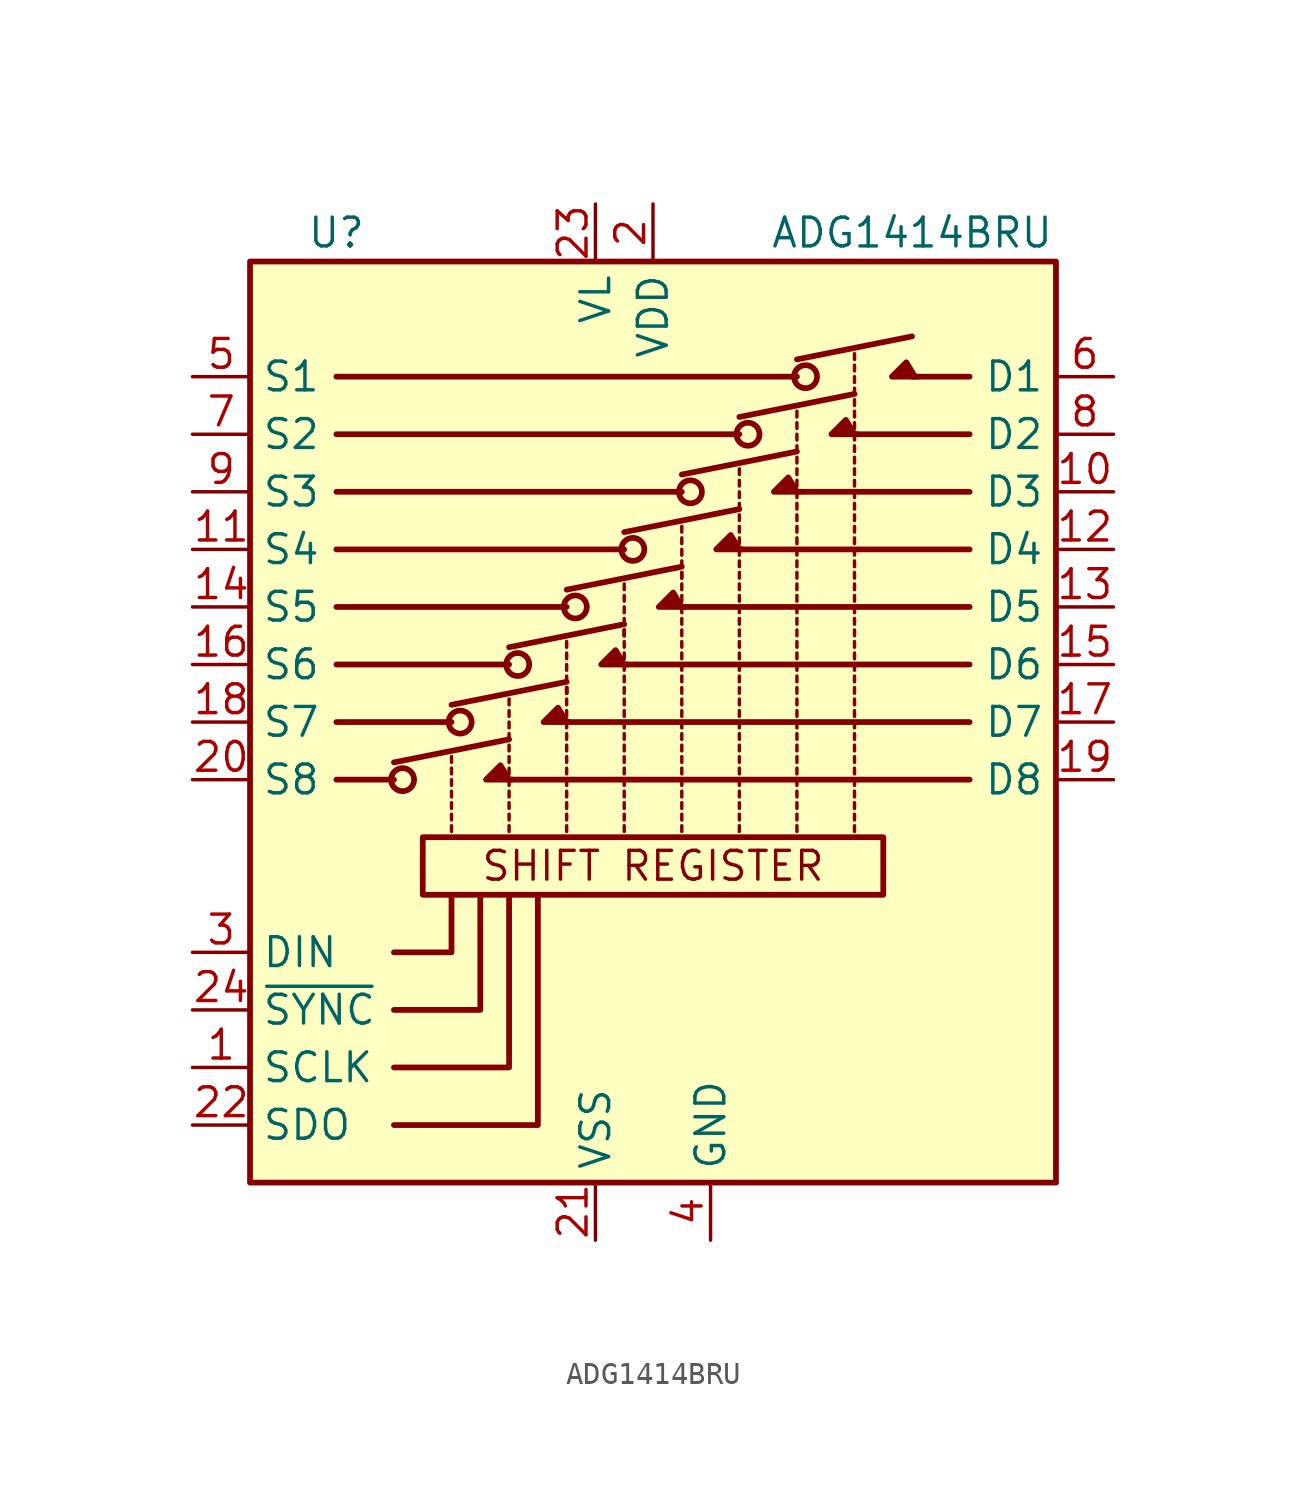
<source format=kicad_sym>
(kicad_symbol_lib
  (version 20201005)
  (generator kicad_symbol_editor)
  (symbol "Analog_Switch:ADG1414BRU"
    (property "Reference" "U"
      (at -13.97 21.59 0)
      (effects (font (size 1.27 1.27))))
    (property "Value" "ADG1414BRU"
      (at 11.43 21.59 0)
      (effects (font (size 1.27 1.27))))
    (symbol "ADG1414BRU_1_0"
      (text "SHIFT REGISTER" (at 0 -6.35 0) (effects (font (size 1.27 1.27))))
      (polyline (pts (xy -11.43 -17.78) (xy -5.08 -17.78) (xy -5.08 -7.62)) (stroke (width 0.254)) (fill (type none)))
      (polyline (pts (xy -11.43 -15.24) (xy -6.35 -15.24) (xy -6.35 -7.62)) (stroke (width 0.254)) (fill (type none)))
      (polyline (pts (xy -11.43 -10.16) (xy -8.89 -10.16) (xy -8.89 -7.62)) (stroke (width 0.254)) (fill (type none)))
      (polyline (pts (xy -11.43 -12.7) (xy -7.62 -12.7) (xy -7.62 -10.16) (xy -7.62 -7.62)) (stroke (width 0.254)) (fill (type none)))
      (polyline (pts (xy -6.223 -2.54) (xy -7.366 -2.54) (xy -6.731 -1.905) (xy -6.35 -2.54)) (stroke (width 0.254)) (fill (type outline)))
      (polyline (pts (xy -3.683 0) (xy -4.826 0) (xy -4.191 0.635) (xy -3.81 0)) (stroke (width 0.254)) (fill (type outline)))
      (polyline (pts (xy -1.143 2.54) (xy -2.286 2.54) (xy -1.651 3.175) (xy -1.27 2.54)) (stroke (width 0.254)) (fill (type outline)))
      (polyline (pts (xy 1.397 5.08) (xy 0.254 5.08) (xy 0.889 5.715) (xy 1.27 5.08)) (stroke (width 0.254)) (fill (type outline)))
      (polyline (pts (xy 3.937 7.62) (xy 2.794 7.62) (xy 3.429 8.255) (xy 3.81 7.62)) (stroke (width 0.254)) (fill (type outline)))
      (polyline (pts (xy 6.477 10.16) (xy 5.334 10.16) (xy 5.969 10.795) (xy 6.35 10.16)) (stroke (width 0.254)) (fill (type outline)))
      (polyline (pts (xy 9.017 12.7) (xy 7.874 12.7) (xy 8.509 13.335) (xy 8.89 12.7)) (stroke (width 0.254)) (fill (type outline)))
      (polyline (pts (xy 11.684 15.24) (xy 10.541 15.24) (xy 11.176 15.875) (xy 11.557 15.24)) (stroke (width 0.254)) (fill (type outline))))
    (symbol "ADG1414BRU_1_1"
      (circle (center -11.049 -2.54) (radius 0.508) (stroke (width 0.254)) (fill (type none)))
      (circle (center -8.509 0) (radius 0.508) (stroke (width 0.254)) (fill (type none)))
      (circle (center -5.969 2.54) (radius 0.508) (stroke (width 0.254)) (fill (type none)))
      (circle (center -3.429 5.08) (radius 0.508) (stroke (width 0.254)) (fill (type none)))
      (circle (center -0.889 7.62) (radius 0.508) (stroke (width 0.254)) (fill (type none)))
      (circle (center 1.651 10.16) (radius 0.508) (stroke (width 0.254)) (fill (type none)))
      (circle (center 4.191 12.7) (radius 0.508) (stroke (width 0.254)) (fill (type none)))
      (circle (center 6.731 15.24) (radius 0.508) (stroke (width 0.254)) (fill (type none)))
      (rectangle (start -10.16 -5.08) (end 10.16 -7.62) (stroke (width 0.254)) (fill (type none)))
      (rectangle (start -17.78 -20.32) (end 17.78 20.32) (stroke (width 0.254)) (fill (type background)))
      (polyline (pts (xy -11.43 -2.54) (xy -13.97 -2.54)) (stroke (width 0.254)) (fill (type none)))
      (polyline (pts (xy -11.43 -1.778) (xy -6.35 -0.762)) (stroke (width 0.254)) (fill (type none)))
      (polyline (pts (xy -8.89 -4.826) (xy -8.89 -4.572)) (stroke (width 0)) (fill (type none)))
      (polyline (pts (xy -8.89 -4.318) (xy -8.89 -4.064)) (stroke (width 0)) (fill (type none)))
      (polyline (pts (xy -8.89 -3.81) (xy -8.89 -3.556)) (stroke (width 0)) (fill (type none)))
      (polyline (pts (xy -8.89 -3.302) (xy -8.89 -3.048)) (stroke (width 0)) (fill (type none)))
      (polyline (pts (xy -8.89 -2.794) (xy -8.89 -2.54)) (stroke (width 0)) (fill (type none)))
      (polyline (pts (xy -8.89 -2.286) (xy -8.89 -2.032)) (stroke (width 0)) (fill (type none)))
      (polyline (pts (xy -8.89 -1.778) (xy -8.89 -1.524)) (stroke (width 0)) (fill (type none)))
      (polyline (pts (xy -8.89 0) (xy -13.97 0)) (stroke (width 0.254)) (fill (type none)))
      (polyline (pts (xy -8.89 0.762) (xy -3.81 1.778)) (stroke (width 0.254)) (fill (type none)))
      (polyline (pts (xy -6.35 -4.826) (xy -6.35 -4.572)) (stroke (width 0)) (fill (type none)))
      (polyline (pts (xy -6.35 -4.318) (xy -6.35 -4.064)) (stroke (width 0)) (fill (type none)))
      (polyline (pts (xy -6.35 -3.81) (xy -6.35 -3.556)) (stroke (width 0)) (fill (type none)))
      (polyline (pts (xy -6.35 -3.302) (xy -6.35 -3.048)) (stroke (width 0)) (fill (type none)))
      (polyline (pts (xy -6.35 -2.794) (xy -6.35 -2.54)) (stroke (width 0)) (fill (type none)))
      (polyline (pts (xy -6.35 -2.54) (xy 13.97 -2.54)) (stroke (width 0.254)) (fill (type none)))
      (polyline (pts (xy -6.35 -2.286) (xy -6.35 -2.032)) (stroke (width 0)) (fill (type none)))
      (polyline (pts (xy -6.35 -1.778) (xy -6.35 -1.524)) (stroke (width 0)) (fill (type none)))
      (polyline (pts (xy -6.35 -1.27) (xy -6.35 -1.016)) (stroke (width 0)) (fill (type none)))
      (polyline (pts (xy -6.35 -0.762) (xy -6.35 -0.508)) (stroke (width 0)) (fill (type none)))
      (polyline (pts (xy -6.35 -0.254) (xy -6.35 0)) (stroke (width 0)) (fill (type none)))
      (polyline (pts (xy -6.35 0.254) (xy -6.35 0.508)) (stroke (width 0)) (fill (type none)))
      (polyline (pts (xy -6.35 0.762) (xy -6.35 1.016)) (stroke (width 0)) (fill (type none)))
      (polyline (pts (xy -6.35 2.54) (xy -13.97 2.54)) (stroke (width 0.254)) (fill (type none)))
      (polyline (pts (xy -6.35 3.302) (xy -1.27 4.318)) (stroke (width 0.254)) (fill (type none)))
      (polyline (pts (xy -3.81 -4.826) (xy -3.81 -4.572)) (stroke (width 0)) (fill (type none)))
      (polyline (pts (xy -3.81 -4.318) (xy -3.81 -4.064)) (stroke (width 0)) (fill (type none)))
      (polyline (pts (xy -3.81 -3.81) (xy -3.81 -3.556)) (stroke (width 0)) (fill (type none)))
      (polyline (pts (xy -3.81 -3.302) (xy -3.81 -3.048)) (stroke (width 0)) (fill (type none)))
      (polyline (pts (xy -3.81 -2.794) (xy -3.81 -2.54)) (stroke (width 0)) (fill (type none)))
      (polyline (pts (xy -3.81 -2.286) (xy -3.81 -2.032)) (stroke (width 0)) (fill (type none)))
      (polyline (pts (xy -3.81 -1.778) (xy -3.81 -1.524)) (stroke (width 0)) (fill (type none)))
      (polyline (pts (xy -3.81 -1.27) (xy -3.81 -1.016)) (stroke (width 0)) (fill (type none)))
      (polyline (pts (xy -3.81 -0.762) (xy -3.81 -0.508)) (stroke (width 0)) (fill (type none)))
      (polyline (pts (xy -3.81 -0.254) (xy -3.81 0)) (stroke (width 0)) (fill (type none)))
      (polyline (pts (xy -3.81 0) (xy 13.97 0)) (stroke (width 0.254)) (fill (type none)))
      (polyline (pts (xy -3.81 0.254) (xy -3.81 0.508)) (stroke (width 0)) (fill (type none)))
      (polyline (pts (xy -3.81 0.762) (xy -3.81 1.016)) (stroke (width 0)) (fill (type none)))
      (polyline (pts (xy -3.81 1.27) (xy -3.81 1.524)) (stroke (width 0)) (fill (type none)))
      (polyline (pts (xy -3.81 1.27) (xy -3.81 1.524)) (stroke (width 0)) (fill (type none)))
      (polyline (pts (xy -3.81 1.27) (xy -3.81 1.524)) (stroke (width 0)) (fill (type none)))
      (polyline (pts (xy -3.81 1.27) (xy -3.81 1.524)) (stroke (width 0)) (fill (type none)))
      (polyline (pts (xy -3.81 1.778) (xy -3.81 2.032)) (stroke (width 0)) (fill (type none)))
      (polyline (pts (xy -3.81 2.286) (xy -3.81 2.54)) (stroke (width 0)) (fill (type none)))
      (polyline (pts (xy -3.81 2.794) (xy -3.81 3.048)) (stroke (width 0)) (fill (type none)))
      (polyline (pts (xy -3.81 3.302) (xy -3.81 3.556)) (stroke (width 0)) (fill (type none)))
      (polyline (pts (xy -3.81 5.08) (xy -13.97 5.08)) (stroke (width 0.254)) (fill (type none)))
      (polyline (pts (xy -3.81 5.842) (xy 1.27 6.858)) (stroke (width 0.254)) (fill (type none)))
      (polyline (pts (xy -1.27 -4.826) (xy -1.27 -4.572)) (stroke (width 0)) (fill (type none)))
      (polyline (pts (xy -1.27 -4.318) (xy -1.27 -4.064)) (stroke (width 0)) (fill (type none)))
      (polyline (pts (xy -1.27 -3.81) (xy -1.27 -3.556)) (stroke (width 0)) (fill (type none)))
      (polyline (pts (xy -1.27 -3.302) (xy -1.27 -3.048)) (stroke (width 0)) (fill (type none)))
      (polyline (pts (xy -1.27 -2.794) (xy -1.27 -2.54)) (stroke (width 0)) (fill (type none)))
      (polyline (pts (xy -1.27 -2.286) (xy -1.27 -2.032)) (stroke (width 0)) (fill (type none)))
      (polyline (pts (xy -1.27 -1.778) (xy -1.27 -1.524)) (stroke (width 0)) (fill (type none)))
      (polyline (pts (xy -1.27 -1.27) (xy -1.27 -1.016)) (stroke (width 0)) (fill (type none)))
      (polyline (pts (xy -1.27 -0.762) (xy -1.27 -0.508)) (stroke (width 0)) (fill (type none)))
      (polyline (pts (xy -1.27 -0.254) (xy -1.27 0)) (stroke (width 0)) (fill (type none)))
      (polyline (pts (xy -1.27 0.254) (xy -1.27 0.508)) (stroke (width 0)) (fill (type none)))
      (polyline (pts (xy -1.27 0.762) (xy -1.27 1.016)) (stroke (width 0)) (fill (type none)))
      (polyline (pts (xy -1.27 1.27) (xy -1.27 1.524)) (stroke (width 0)) (fill (type none)))
      (polyline (pts (xy -1.27 1.778) (xy -1.27 2.032)) (stroke (width 0)) (fill (type none)))
      (polyline (pts (xy -1.27 2.286) (xy -1.27 2.54)) (stroke (width 0)) (fill (type none)))
      (polyline (pts (xy -1.27 2.54) (xy 13.97 2.54)) (stroke (width 0.254)) (fill (type none)))
      (polyline (pts (xy -1.27 2.794) (xy -1.27 3.048)) (stroke (width 0)) (fill (type none)))
      (polyline (pts (xy -1.27 3.302) (xy -1.27 3.556)) (stroke (width 0)) (fill (type none)))
      (polyline (pts (xy -1.27 3.81) (xy -1.27 4.064)) (stroke (width 0)) (fill (type none)))
      (polyline (pts (xy -1.27 3.81) (xy -1.27 4.064)) (stroke (width 0)) (fill (type none)))
      (polyline (pts (xy -1.27 3.81) (xy -1.27 4.064)) (stroke (width 0)) (fill (type none)))
      (polyline (pts (xy -1.27 4.318) (xy -1.27 4.572)) (stroke (width 0)) (fill (type none)))
      (polyline (pts (xy -1.27 4.826) (xy -1.27 5.08)) (stroke (width 0)) (fill (type none)))
      (polyline (pts (xy -1.27 5.334) (xy -1.27 5.588)) (stroke (width 0)) (fill (type none)))
      (polyline (pts (xy -1.27 5.842) (xy -1.27 6.096)) (stroke (width 0)) (fill (type none)))
      (polyline (pts (xy -1.27 7.62) (xy -13.97 7.62)) (stroke (width 0.254)) (fill (type none)))
      (polyline (pts (xy -1.27 8.382) (xy 3.81 9.398)) (stroke (width 0.254)) (fill (type none)))
      (polyline (pts (xy 1.27 -4.826) (xy 1.27 -4.572)) (stroke (width 0)) (fill (type none)))
      (polyline (pts (xy 1.27 -4.318) (xy 1.27 -4.064)) (stroke (width 0)) (fill (type none)))
      (polyline (pts (xy 1.27 -3.81) (xy 1.27 -3.556)) (stroke (width 0)) (fill (type none)))
      (polyline (pts (xy 1.27 -3.302) (xy 1.27 -3.048)) (stroke (width 0)) (fill (type none)))
      (polyline (pts (xy 1.27 -2.794) (xy 1.27 -2.54)) (stroke (width 0)) (fill (type none)))
      (polyline (pts (xy 1.27 -2.286) (xy 1.27 -2.032)) (stroke (width 0)) (fill (type none)))
      (polyline (pts (xy 1.27 -1.778) (xy 1.27 -1.524)) (stroke (width 0)) (fill (type none)))
      (polyline (pts (xy 1.27 -1.27) (xy 1.27 -1.016)) (stroke (width 0)) (fill (type none)))
      (polyline (pts (xy 1.27 -0.762) (xy 1.27 -0.508)) (stroke (width 0)) (fill (type none)))
      (polyline (pts (xy 1.27 -0.254) (xy 1.27 0)) (stroke (width 0)) (fill (type none)))
      (polyline (pts (xy 1.27 0.254) (xy 1.27 0.508)) (stroke (width 0)) (fill (type none)))
      (polyline (pts (xy 1.27 0.762) (xy 1.27 1.016)) (stroke (width 0)) (fill (type none)))
      (polyline (pts (xy 1.27 1.27) (xy 1.27 1.524)) (stroke (width 0)) (fill (type none)))
      (polyline (pts (xy 1.27 1.778) (xy 1.27 2.032)) (stroke (width 0)) (fill (type none)))
      (polyline (pts (xy 1.27 2.286) (xy 1.27 2.54)) (stroke (width 0)) (fill (type none)))
      (polyline (pts (xy 1.27 2.794) (xy 1.27 3.048)) (stroke (width 0)) (fill (type none)))
      (polyline (pts (xy 1.27 3.302) (xy 1.27 3.556)) (stroke (width 0)) (fill (type none)))
      (polyline (pts (xy 1.27 3.81) (xy 1.27 4.064)) (stroke (width 0)) (fill (type none)))
      (polyline (pts (xy 1.27 4.318) (xy 1.27 4.572)) (stroke (width 0)) (fill (type none)))
      (polyline (pts (xy 1.27 4.826) (xy 1.27 5.08)) (stroke (width 0)) (fill (type none)))
      (polyline (pts (xy 1.27 5.08) (xy 13.97 5.08)) (stroke (width 0.254)) (fill (type none)))
      (polyline (pts (xy 1.27 5.334) (xy 1.27 5.588)) (stroke (width 0)) (fill (type none)))
      (polyline (pts (xy 1.27 5.842) (xy 1.27 6.096)) (stroke (width 0)) (fill (type none)))
      (polyline (pts (xy 1.27 6.35) (xy 1.27 6.604)) (stroke (width 0)) (fill (type none)))
      (polyline (pts (xy 1.27 6.35) (xy 1.27 6.604)) (stroke (width 0)) (fill (type none)))
      (polyline (pts (xy 1.27 6.858) (xy 1.27 7.112)) (stroke (width 0)) (fill (type none)))
      (polyline (pts (xy 1.27 7.366) (xy 1.27 7.62)) (stroke (width 0)) (fill (type none)))
      (polyline (pts (xy 1.27 7.874) (xy 1.27 8.128)) (stroke (width 0)) (fill (type none)))
      (polyline (pts (xy 1.27 8.382) (xy 1.27 8.636)) (stroke (width 0)) (fill (type none)))
      (polyline (pts (xy 1.27 10.16) (xy -13.97 10.16)) (stroke (width 0.254)) (fill (type none)))
      (polyline (pts (xy 1.27 10.922) (xy 6.35 11.938)) (stroke (width 0.254)) (fill (type none)))
      (polyline (pts (xy 3.81 -4.826) (xy 3.81 -4.572)) (stroke (width 0)) (fill (type none)))
      (polyline (pts (xy 3.81 -4.318) (xy 3.81 -4.064)) (stroke (width 0)) (fill (type none)))
      (polyline (pts (xy 3.81 -3.81) (xy 3.81 -3.556)) (stroke (width 0)) (fill (type none)))
      (polyline (pts (xy 3.81 -3.302) (xy 3.81 -3.048)) (stroke (width 0)) (fill (type none)))
      (polyline (pts (xy 3.81 -2.794) (xy 3.81 -2.54)) (stroke (width 0)) (fill (type none)))
      (polyline (pts (xy 3.81 -2.286) (xy 3.81 -2.032)) (stroke (width 0)) (fill (type none)))
      (polyline (pts (xy 3.81 -1.778) (xy 3.81 -1.524)) (stroke (width 0)) (fill (type none)))
      (polyline (pts (xy 3.81 -1.27) (xy 3.81 -1.016)) (stroke (width 0)) (fill (type none)))
      (polyline (pts (xy 3.81 -0.762) (xy 3.81 -0.508)) (stroke (width 0)) (fill (type none)))
      (polyline (pts (xy 3.81 -0.254) (xy 3.81 0)) (stroke (width 0)) (fill (type none)))
      (polyline (pts (xy 3.81 0.254) (xy 3.81 0.508)) (stroke (width 0)) (fill (type none)))
      (polyline (pts (xy 3.81 0.762) (xy 3.81 1.016)) (stroke (width 0)) (fill (type none)))
      (polyline (pts (xy 3.81 1.27) (xy 3.81 1.524)) (stroke (width 0)) (fill (type none)))
      (polyline (pts (xy 3.81 1.778) (xy 3.81 2.032)) (stroke (width 0)) (fill (type none)))
      (polyline (pts (xy 3.81 2.286) (xy 3.81 2.54)) (stroke (width 0)) (fill (type none)))
      (polyline (pts (xy 3.81 2.794) (xy 3.81 3.048)) (stroke (width 0)) (fill (type none)))
      (polyline (pts (xy 3.81 3.302) (xy 3.81 3.556)) (stroke (width 0)) (fill (type none)))
      (polyline (pts (xy 3.81 3.81) (xy 3.81 4.064)) (stroke (width 0)) (fill (type none)))
      (polyline (pts (xy 3.81 4.318) (xy 3.81 4.572)) (stroke (width 0)) (fill (type none)))
      (polyline (pts (xy 3.81 4.826) (xy 3.81 5.08)) (stroke (width 0)) (fill (type none)))
      (polyline (pts (xy 3.81 5.334) (xy 3.81 5.588)) (stroke (width 0)) (fill (type none)))
      (polyline (pts (xy 3.81 5.842) (xy 3.81 6.096)) (stroke (width 0)) (fill (type none)))
      (polyline (pts (xy 3.81 6.35) (xy 3.81 6.604)) (stroke (width 0)) (fill (type none)))
      (polyline (pts (xy 3.81 6.858) (xy 3.81 7.112)) (stroke (width 0)) (fill (type none)))
      (polyline (pts (xy 3.81 7.366) (xy 3.81 7.62)) (stroke (width 0)) (fill (type none)))
      (polyline (pts (xy 3.81 7.62) (xy 13.97 7.62)) (stroke (width 0.254)) (fill (type none)))
      (polyline (pts (xy 3.81 7.874) (xy 3.81 8.128)) (stroke (width 0)) (fill (type none)))
      (polyline (pts (xy 3.81 8.382) (xy 3.81 8.636)) (stroke (width 0)) (fill (type none)))
      (polyline (pts (xy 3.81 8.89) (xy 3.81 9.144)) (stroke (width 0)) (fill (type none)))
      (polyline (pts (xy 3.81 9.398) (xy 3.81 9.652)) (stroke (width 0)) (fill (type none)))
      (polyline (pts (xy 3.81 9.906) (xy 3.81 10.16)) (stroke (width 0)) (fill (type none)))
      (polyline (pts (xy 3.81 10.414) (xy 3.81 10.668)) (stroke (width 0)) (fill (type none)))
      (polyline (pts (xy 3.81 10.922) (xy 3.81 11.176)) (stroke (width 0)) (fill (type none)))
      (polyline (pts (xy 3.81 12.7) (xy -13.97 12.7)) (stroke (width 0.254)) (fill (type none)))
      (polyline (pts (xy 3.81 13.462) (xy 8.89 14.478)) (stroke (width 0.254)) (fill (type none)))
      (polyline (pts (xy 6.35 -4.826) (xy 6.35 -4.572)) (stroke (width 0)) (fill (type none)))
      (polyline (pts (xy 6.35 -4.318) (xy 6.35 -4.064)) (stroke (width 0)) (fill (type none)))
      (polyline (pts (xy 6.35 -3.81) (xy 6.35 -3.556)) (stroke (width 0)) (fill (type none)))
      (polyline (pts (xy 6.35 -3.302) (xy 6.35 -3.048)) (stroke (width 0)) (fill (type none)))
      (polyline (pts (xy 6.35 -2.794) (xy 6.35 -2.54)) (stroke (width 0)) (fill (type none)))
      (polyline (pts (xy 6.35 -2.286) (xy 6.35 -2.032)) (stroke (width 0)) (fill (type none)))
      (polyline (pts (xy 6.35 -1.778) (xy 6.35 -1.524)) (stroke (width 0)) (fill (type none)))
      (polyline (pts (xy 6.35 -1.27) (xy 6.35 -1.016)) (stroke (width 0)) (fill (type none)))
      (polyline (pts (xy 6.35 -0.762) (xy 6.35 -0.508)) (stroke (width 0)) (fill (type none)))
      (polyline (pts (xy 6.35 -0.254) (xy 6.35 0)) (stroke (width 0)) (fill (type none)))
      (polyline (pts (xy 6.35 0.254) (xy 6.35 0.508)) (stroke (width 0)) (fill (type none)))
      (polyline (pts (xy 6.35 0.762) (xy 6.35 1.016)) (stroke (width 0)) (fill (type none)))
      (polyline (pts (xy 6.35 1.27) (xy 6.35 1.524)) (stroke (width 0)) (fill (type none)))
      (polyline (pts (xy 6.35 1.778) (xy 6.35 2.032)) (stroke (width 0)) (fill (type none)))
      (polyline (pts (xy 6.35 2.286) (xy 6.35 2.54)) (stroke (width 0)) (fill (type none)))
      (polyline (pts (xy 6.35 2.794) (xy 6.35 3.048)) (stroke (width 0)) (fill (type none)))
      (polyline (pts (xy 6.35 3.302) (xy 6.35 3.556)) (stroke (width 0)) (fill (type none)))
      (polyline (pts (xy 6.35 3.81) (xy 6.35 4.064)) (stroke (width 0)) (fill (type none)))
      (polyline (pts (xy 6.35 4.318) (xy 6.35 4.572)) (stroke (width 0)) (fill (type none)))
      (polyline (pts (xy 6.35 4.826) (xy 6.35 5.08)) (stroke (width 0)) (fill (type none)))
      (polyline (pts (xy 6.35 5.334) (xy 6.35 5.588)) (stroke (width 0)) (fill (type none)))
      (polyline (pts (xy 6.35 5.842) (xy 6.35 6.096)) (stroke (width 0)) (fill (type none)))
      (polyline (pts (xy 6.35 6.35) (xy 6.35 6.604)) (stroke (width 0)) (fill (type none)))
      (polyline (pts (xy 6.35 6.858) (xy 6.35 7.112)) (stroke (width 0)) (fill (type none)))
      (polyline (pts (xy 6.35 7.366) (xy 6.35 7.62)) (stroke (width 0)) (fill (type none)))
      (polyline (pts (xy 6.35 7.874) (xy 6.35 8.128)) (stroke (width 0)) (fill (type none)))
      (polyline (pts (xy 6.35 8.382) (xy 6.35 8.636)) (stroke (width 0)) (fill (type none)))
      (polyline (pts (xy 6.35 8.89) (xy 6.35 9.144)) (stroke (width 0)) (fill (type none)))
      (polyline (pts (xy 6.35 9.398) (xy 6.35 9.652)) (stroke (width 0)) (fill (type none)))
      (polyline (pts (xy 6.35 9.906) (xy 6.35 10.16)) (stroke (width 0)) (fill (type none)))
      (polyline (pts (xy 6.35 10.16) (xy 13.97 10.16)) (stroke (width 0.254)) (fill (type none)))
      (polyline (pts (xy 6.35 10.414) (xy 6.35 10.668)) (stroke (width 0)) (fill (type none)))
      (polyline (pts (xy 6.35 10.922) (xy 6.35 11.176)) (stroke (width 0)) (fill (type none)))
      (polyline (pts (xy 6.35 11.43) (xy 6.35 11.684)) (stroke (width 0)) (fill (type none)))
      (polyline (pts (xy 6.35 11.938) (xy 6.35 12.192)) (stroke (width 0)) (fill (type none)))
      (polyline (pts (xy 6.35 12.446) (xy 6.35 12.7)) (stroke (width 0)) (fill (type none)))
      (polyline (pts (xy 6.35 12.954) (xy 6.35 13.208)) (stroke (width 0)) (fill (type none)))
      (polyline (pts (xy 6.35 13.462) (xy 6.35 13.716)) (stroke (width 0)) (fill (type none)))
      (polyline (pts (xy 6.35 15.24) (xy -13.97 15.24)) (stroke (width 0.254)) (fill (type none)))
      (polyline (pts (xy 6.35 16.002) (xy 11.43 17.018)) (stroke (width 0.254)) (fill (type none)))
      (polyline (pts (xy 8.89 -4.826) (xy 8.89 -4.572)) (stroke (width 0)) (fill (type none)))
      (polyline (pts (xy 8.89 -4.318) (xy 8.89 -4.064)) (stroke (width 0)) (fill (type none)))
      (polyline (pts (xy 8.89 -3.81) (xy 8.89 -3.556)) (stroke (width 0)) (fill (type none)))
      (polyline (pts (xy 8.89 -3.302) (xy 8.89 -3.048)) (stroke (width 0)) (fill (type none)))
      (polyline (pts (xy 8.89 -2.794) (xy 8.89 -2.54)) (stroke (width 0)) (fill (type none)))
      (polyline (pts (xy 8.89 -2.286) (xy 8.89 -2.032)) (stroke (width 0)) (fill (type none)))
      (polyline (pts (xy 8.89 -1.778) (xy 8.89 -1.524)) (stroke (width 0)) (fill (type none)))
      (polyline (pts (xy 8.89 -1.27) (xy 8.89 -1.016)) (stroke (width 0)) (fill (type none)))
      (polyline (pts (xy 8.89 -0.762) (xy 8.89 -0.508)) (stroke (width 0)) (fill (type none)))
      (polyline (pts (xy 8.89 -0.254) (xy 8.89 0)) (stroke (width 0)) (fill (type none)))
      (polyline (pts (xy 8.89 0.254) (xy 8.89 0.508)) (stroke (width 0)) (fill (type none)))
      (polyline (pts (xy 8.89 0.762) (xy 8.89 1.016)) (stroke (width 0)) (fill (type none)))
      (polyline (pts (xy 8.89 1.27) (xy 8.89 1.524)) (stroke (width 0)) (fill (type none)))
      (polyline (pts (xy 8.89 1.778) (xy 8.89 2.032)) (stroke (width 0)) (fill (type none)))
      (polyline (pts (xy 8.89 2.286) (xy 8.89 2.54)) (stroke (width 0)) (fill (type none)))
      (polyline (pts (xy 8.89 2.794) (xy 8.89 3.048)) (stroke (width 0)) (fill (type none)))
      (polyline (pts (xy 8.89 3.302) (xy 8.89 3.556)) (stroke (width 0)) (fill (type none)))
      (polyline (pts (xy 8.89 3.81) (xy 8.89 4.064)) (stroke (width 0)) (fill (type none)))
      (polyline (pts (xy 8.89 4.318) (xy 8.89 4.572)) (stroke (width 0)) (fill (type none)))
      (polyline (pts (xy 8.89 4.826) (xy 8.89 5.08)) (stroke (width 0)) (fill (type none)))
      (polyline (pts (xy 8.89 5.334) (xy 8.89 5.588)) (stroke (width 0)) (fill (type none)))
      (polyline (pts (xy 8.89 5.842) (xy 8.89 6.096)) (stroke (width 0)) (fill (type none)))
      (polyline (pts (xy 8.89 6.35) (xy 8.89 6.604)) (stroke (width 0)) (fill (type none)))
      (polyline (pts (xy 8.89 6.858) (xy 8.89 7.112)) (stroke (width 0)) (fill (type none)))
      (polyline (pts (xy 8.89 7.366) (xy 8.89 7.62)) (stroke (width 0)) (fill (type none)))
      (polyline (pts (xy 8.89 7.874) (xy 8.89 8.128)) (stroke (width 0)) (fill (type none)))
      (polyline (pts (xy 8.89 8.382) (xy 8.89 8.636)) (stroke (width 0)) (fill (type none)))
      (polyline (pts (xy 8.89 8.89) (xy 8.89 9.144)) (stroke (width 0)) (fill (type none)))
      (polyline (pts (xy 8.89 9.398) (xy 8.89 9.652)) (stroke (width 0)) (fill (type none)))
      (polyline (pts (xy 8.89 9.906) (xy 8.89 10.16)) (stroke (width 0)) (fill (type none)))
      (polyline (pts (xy 8.89 10.414) (xy 8.89 10.668)) (stroke (width 0)) (fill (type none)))
      (polyline (pts (xy 8.89 10.922) (xy 8.89 11.176)) (stroke (width 0)) (fill (type none)))
      (polyline (pts (xy 8.89 11.43) (xy 8.89 11.684)) (stroke (width 0)) (fill (type none)))
      (polyline (pts (xy 8.89 11.938) (xy 8.89 12.192)) (stroke (width 0)) (fill (type none)))
      (polyline (pts (xy 8.89 12.446) (xy 8.89 12.7)) (stroke (width 0)) (fill (type none)))
      (polyline (pts (xy 8.89 12.7) (xy 13.97 12.7)) (stroke (width 0.254)) (fill (type none)))
      (polyline (pts (xy 8.89 12.954) (xy 8.89 13.208)) (stroke (width 0)) (fill (type none)))
      (polyline (pts (xy 8.89 13.462) (xy 8.89 13.716)) (stroke (width 0)) (fill (type none)))
      (polyline (pts (xy 8.89 13.97) (xy 8.89 14.224)) (stroke (width 0)) (fill (type none)))
      (polyline (pts (xy 8.89 14.478) (xy 8.89 14.732)) (stroke (width 0)) (fill (type none)))
      (polyline (pts (xy 8.89 14.986) (xy 8.89 15.24)) (stroke (width 0)) (fill (type none)))
      (polyline (pts (xy 8.89 15.494) (xy 8.89 15.748)) (stroke (width 0)) (fill (type none)))
      (polyline (pts (xy 8.89 16.002) (xy 8.89 16.256)) (stroke (width 0)) (fill (type none)))
      (polyline (pts (xy 11.43 15.24) (xy 13.97 15.24)) (stroke (width 0.254)) (fill (type none)))
      (pin input line (at -20.32 -15.24 0) (length 2.54) (name "SCLK" (effects (font (size 1.27 1.27)))) (number "1" (effects (font (size 1.27 1.27)))))
      (pin passive line (at 20.32 10.16 180) (length 2.54) (name "D3" (effects (font (size 1.27 1.27)))) (number "10" (effects (font (size 1.27 1.27)))))
      (pin passive line (at -20.32 7.62 0) (length 2.54) (name "S4" (effects (font (size 1.27 1.27)))) (number "11" (effects (font (size 1.27 1.27)))))
      (pin passive line (at 20.32 7.62 180) (length 2.54) (name "D4" (effects (font (size 1.27 1.27)))) (number "12" (effects (font (size 1.27 1.27)))))
      (pin passive line (at 20.32 5.08 180) (length 2.54) (name "D5" (effects (font (size 1.27 1.27)))) (number "13" (effects (font (size 1.27 1.27)))))
      (pin passive line (at -20.32 5.08 0) (length 2.54) (name "S5" (effects (font (size 1.27 1.27)))) (number "14" (effects (font (size 1.27 1.27)))))
      (pin passive line (at 20.32 2.54 180) (length 2.54) (name "D6" (effects (font (size 1.27 1.27)))) (number "15" (effects (font (size 1.27 1.27)))))
      (pin passive line (at -20.32 2.54 0) (length 2.54) (name "S6" (effects (font (size 1.27 1.27)))) (number "16" (effects (font (size 1.27 1.27)))))
      (pin passive line (at 20.32 0 180) (length 2.54) (name "D7" (effects (font (size 1.27 1.27)))) (number "17" (effects (font (size 1.27 1.27)))))
      (pin passive line (at -20.32 0 0) (length 2.54) (name "S7" (effects (font (size 1.27 1.27)))) (number "18" (effects (font (size 1.27 1.27)))))
      (pin passive line (at 20.32 -2.54 180) (length 2.54) (name "D8" (effects (font (size 1.27 1.27)))) (number "19" (effects (font (size 1.27 1.27)))))
      (pin power_in line (at 0 22.86 270) (length 2.54) (name "VDD" (effects (font (size 1.27 1.27)))) (number "2" (effects (font (size 1.27 1.27)))))
      (pin passive line (at -20.32 -2.54 0) (length 2.54) (name "S8" (effects (font (size 1.27 1.27)))) (number "20" (effects (font (size 1.27 1.27)))))
      (pin power_in line (at -2.54 -22.86 90) (length 2.54) (name "VSS" (effects (font (size 1.27 1.27)))) (number "21" (effects (font (size 1.27 1.27)))))
      (pin open_collector line (at -20.32 -17.78 0) (length 2.54) (name "SDO" (effects (font (size 1.27 1.27)))) (number "22" (effects (font (size 1.27 1.27)))))
      (pin power_in line (at -2.54 22.86 270) (length 2.54) (name "VL" (effects (font (size 1.27 1.27)))) (number "23" (effects (font (size 1.27 1.27)))))
      (pin input line (at -20.32 -12.7 0) (length 2.54) (name "~SYNC" (effects (font (size 1.27 1.27)))) (number "24" (effects (font (size 1.27 1.27)))))
      (pin input line (at -20.32 -10.16 0) (length 2.54) (name "DIN" (effects (font (size 1.27 1.27)))) (number "3" (effects (font (size 1.27 1.27)))))
      (pin power_in line (at 2.54 -22.86 90) (length 2.54) (name "GND" (effects (font (size 1.27 1.27)))) (number "4" (effects (font (size 1.27 1.27)))))
      (pin passive line (at -20.32 15.24 0) (length 2.54) (name "S1" (effects (font (size 1.27 1.27)))) (number "5" (effects (font (size 1.27 1.27)))))
      (pin passive line (at 20.32 15.24 180) (length 2.54) (name "D1" (effects (font (size 1.27 1.27)))) (number "6" (effects (font (size 1.27 1.27)))))
      (pin passive line (at -20.32 12.7 0) (length 2.54) (name "S2" (effects (font (size 1.27 1.27)))) (number "7" (effects (font (size 1.27 1.27)))))
      (pin passive line (at 20.32 12.7 180) (length 2.54) (name "D2" (effects (font (size 1.27 1.27)))) (number "8" (effects (font (size 1.27 1.27)))))
      (pin passive line (at -20.32 10.16 0) (length 2.54) (name "S3" (effects (font (size 1.27 1.27)))) (number "9" (effects (font (size 1.27 1.27))))))))
</source>
